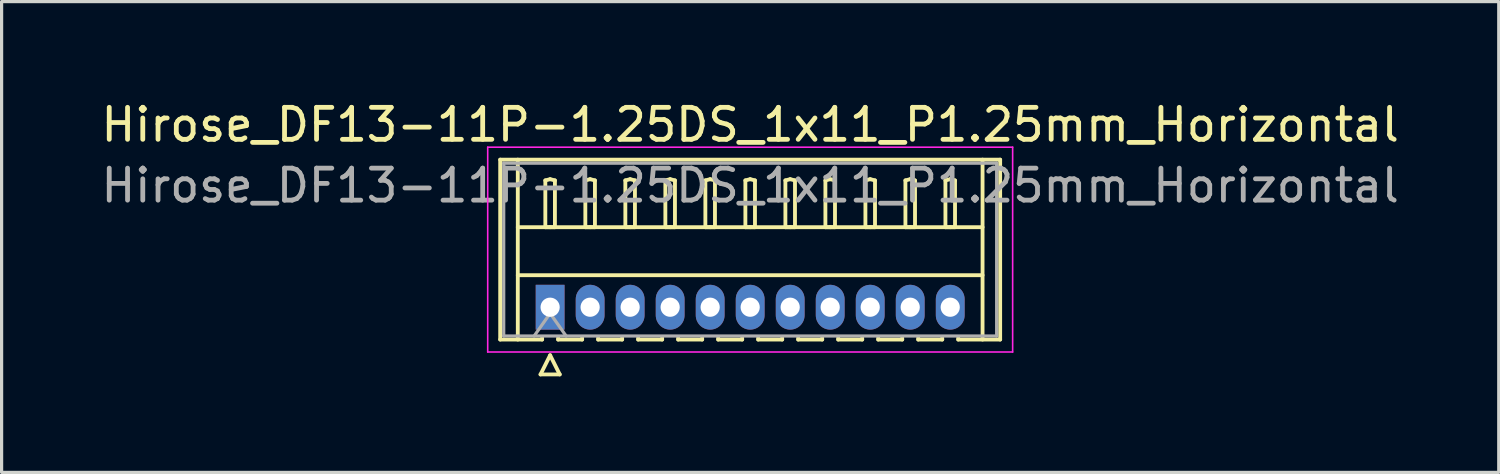
<source format=kicad_pcb>
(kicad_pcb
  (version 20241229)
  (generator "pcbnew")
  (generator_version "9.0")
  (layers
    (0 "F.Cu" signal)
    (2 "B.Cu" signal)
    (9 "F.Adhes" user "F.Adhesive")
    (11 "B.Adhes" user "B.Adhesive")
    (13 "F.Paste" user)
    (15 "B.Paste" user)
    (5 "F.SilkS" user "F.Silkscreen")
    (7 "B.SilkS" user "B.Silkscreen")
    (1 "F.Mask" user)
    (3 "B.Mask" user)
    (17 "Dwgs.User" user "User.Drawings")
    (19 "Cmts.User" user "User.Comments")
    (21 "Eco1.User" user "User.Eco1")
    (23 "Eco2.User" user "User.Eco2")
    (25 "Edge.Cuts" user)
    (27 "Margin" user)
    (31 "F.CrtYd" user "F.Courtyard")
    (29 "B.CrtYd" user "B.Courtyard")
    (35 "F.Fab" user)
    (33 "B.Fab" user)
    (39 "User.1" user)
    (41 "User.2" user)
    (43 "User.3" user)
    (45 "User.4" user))
  (footprint "Hirose_DF13-11P-1.25DS_1x11_P1.25mm_Horizontal"
    (layer "F.Cu")
    (at 14.137 6.548)
    (property "Reference" "Hirose_DF13-11P-1.25DS_1x11_P1.25mm_Horizontal" (at 6.25 -5.7 0) (layer "F.SilkS") (effects (font (size 1 1) (thickness 0.15))))
    (attr through_hole)
    (fp_line (start -1.56 -4.61) (end 14.06 -4.61) (stroke (width 0.12) (type solid)) (layer "F.SilkS"))
    (fp_line (start -1.56 1.01) (end -1.56 -4.61) (stroke (width 0.12) (type solid)) (layer "F.SilkS"))
    (fp_line (start -1.01 -4.61) (end -1.01 1.01) (stroke (width 0.12) (type solid)) (layer "F.SilkS"))
    (fp_line (start -1.01 -2.5) (end 13.51 -2.5) (stroke (width 0.12) (type solid)) (layer "F.SilkS"))
    (fp_line (start -1.01 -1) (end 13.51 -1) (stroke (width 0.12) (type solid)) (layer "F.SilkS"))
    (fp_line (start -0.3 2.1) (end 0.3 2.1) (stroke (width 0.12) (type solid)) (layer "F.SilkS"))
    (fp_line (start -0.25 0.96) (end -0.25 1.01) (stroke (width 0.12) (type solid)) (layer "F.SilkS"))
    (fp_line (start -0.25 1.01) (end -1.56 1.01) (stroke (width 0.12) (type solid)) (layer "F.SilkS"))
    (fp_line (start -0.15 -3.962) (end 0 -4) (stroke (width 0.12) (type solid)) (layer "F.SilkS"))
    (fp_line (start -0.15 -2.5) (end -0.15 -3.962) (stroke (width 0.12) (type solid)) (layer "F.SilkS"))
    (fp_line (start 0 -4) (end 0.15 -3.962) (stroke (width 0.12) (type solid)) (layer "F.SilkS"))
    (fp_line (start 0 -2.5) (end -0.15 -2.5) (stroke (width 0.12) (type solid)) (layer "F.SilkS"))
    (fp_line (start 0 1.5) (end -0.3 2.1) (stroke (width 0.12) (type solid)) (layer "F.SilkS"))
    (fp_line (start 0.15 -3.962) (end 0.15 -2.5) (stroke (width 0.12) (type solid)) (layer "F.SilkS"))
    (fp_line (start 0.15 -2.5) (end 0 -2.5) (stroke (width 0.12) (type solid)) (layer "F.SilkS"))
    (fp_line (start 0.25 0.96) (end 0.25 1.01) (stroke (width 0.12) (type solid)) (layer "F.SilkS"))
    (fp_line (start 0.25 1.01) (end 1 1.01) (stroke (width 0.12) (type solid)) (layer "F.SilkS"))
    (fp_line (start 0.3 2.1) (end 0 1.5) (stroke (width 0.12) (type solid)) (layer "F.SilkS"))
    (fp_line (start 1 1.01) (end 1 0.96) (stroke (width 0.12) (type solid)) (layer "F.SilkS"))
    (fp_line (start 1.1 -3.962) (end 1.25 -4) (stroke (width 0.12) (type solid)) (layer "F.SilkS"))
    (fp_line (start 1.1 -2.5) (end 1.1 -3.962) (stroke (width 0.12) (type solid)) (layer "F.SilkS"))
    (fp_line (start 1.25 -4) (end 1.4 -3.962) (stroke (width 0.12) (type solid)) (layer "F.SilkS"))
    (fp_line (start 1.25 -2.5) (end 1.1 -2.5) (stroke (width 0.12) (type solid)) (layer "F.SilkS"))
    (fp_line (start 1.4 -3.962) (end 1.4 -2.5) (stroke (width 0.12) (type solid)) (layer "F.SilkS"))
    (fp_line (start 1.4 -2.5) (end 1.25 -2.5) (stroke (width 0.12) (type solid)) (layer "F.SilkS"))
    (fp_line (start 1.5 0.96) (end 1.5 1.01) (stroke (width 0.12) (type solid)) (layer "F.SilkS"))
    (fp_line (start 1.5 1.01) (end 2.25 1.01) (stroke (width 0.12) (type solid)) (layer "F.SilkS"))
    (fp_line (start 2.25 1.01) (end 2.25 0.96) (stroke (width 0.12) (type solid)) (layer "F.SilkS"))
    (fp_line (start 2.35 -3.962) (end 2.5 -4) (stroke (width 0.12) (type solid)) (layer "F.SilkS"))
    (fp_line (start 2.35 -2.5) (end 2.35 -3.962) (stroke (width 0.12) (type solid)) (layer "F.SilkS"))
    (fp_line (start 2.5 -4) (end 2.65 -3.962) (stroke (width 0.12) (type solid)) (layer "F.SilkS"))
    (fp_line (start 2.5 -2.5) (end 2.35 -2.5) (stroke (width 0.12) (type solid)) (layer "F.SilkS"))
    (fp_line (start 2.65 -3.962) (end 2.65 -2.5) (stroke (width 0.12) (type solid)) (layer "F.SilkS"))
    (fp_line (start 2.65 -2.5) (end 2.5 -2.5) (stroke (width 0.12) (type solid)) (layer "F.SilkS"))
    (fp_line (start 2.75 0.96) (end 2.75 1.01) (stroke (width 0.12) (type solid)) (layer "F.SilkS"))
    (fp_line (start 2.75 1.01) (end 3.5 1.01) (stroke (width 0.12) (type solid)) (layer "F.SilkS"))
    (fp_line (start 3.5 1.01) (end 3.5 0.96) (stroke (width 0.12) (type solid)) (layer "F.SilkS"))
    (fp_line (start 3.6 -3.962) (end 3.75 -4) (stroke (width 0.12) (type solid)) (layer "F.SilkS"))
    (fp_line (start 3.6 -2.5) (end 3.6 -3.962) (stroke (width 0.12) (type solid)) (layer "F.SilkS"))
    (fp_line (start 3.75 -4) (end 3.9 -3.962) (stroke (width 0.12) (type solid)) (layer "F.SilkS"))
    (fp_line (start 3.75 -2.5) (end 3.6 -2.5) (stroke (width 0.12) (type solid)) (layer "F.SilkS"))
    (fp_line (start 3.9 -3.962) (end 3.9 -2.5) (stroke (width 0.12) (type solid)) (layer "F.SilkS"))
    (fp_line (start 3.9 -2.5) (end 3.75 -2.5) (stroke (width 0.12) (type solid)) (layer "F.SilkS"))
    (fp_line (start 4 0.96) (end 4 1.01) (stroke (width 0.12) (type solid)) (layer "F.SilkS"))
    (fp_line (start 4 1.01) (end 4.75 1.01) (stroke (width 0.12) (type solid)) (layer "F.SilkS"))
    (fp_line (start 4.75 1.01) (end 4.75 0.96) (stroke (width 0.12) (type solid)) (layer "F.SilkS"))
    (fp_line (start 4.85 -3.962) (end 5 -4) (stroke (width 0.12) (type solid)) (layer "F.SilkS"))
    (fp_line (start 4.85 -2.5) (end 4.85 -3.962) (stroke (width 0.12) (type solid)) (layer "F.SilkS"))
    (fp_line (start 5 -4) (end 5.15 -3.962) (stroke (width 0.12) (type solid)) (layer "F.SilkS"))
    (fp_line (start 5 -2.5) (end 4.85 -2.5) (stroke (width 0.12) (type solid)) (layer "F.SilkS"))
    (fp_line (start 5.15 -3.962) (end 5.15 -2.5) (stroke (width 0.12) (type solid)) (layer "F.SilkS"))
    (fp_line (start 5.15 -2.5) (end 5 -2.5) (stroke (width 0.12) (type solid)) (layer "F.SilkS"))
    (fp_line (start 5.25 0.96) (end 5.25 1.01) (stroke (width 0.12) (type solid)) (layer "F.SilkS"))
    (fp_line (start 5.25 1.01) (end 6 1.01) (stroke (width 0.12) (type solid)) (layer "F.SilkS"))
    (fp_line (start 6 1.01) (end 6 0.96) (stroke (width 0.12) (type solid)) (layer "F.SilkS"))
    (fp_line (start 6.1 -3.962) (end 6.25 -4) (stroke (width 0.12) (type solid)) (layer "F.SilkS"))
    (fp_line (start 6.1 -2.5) (end 6.1 -3.962) (stroke (width 0.12) (type solid)) (layer "F.SilkS"))
    (fp_line (start 6.25 -4) (end 6.4 -3.962) (stroke (width 0.12) (type solid)) (layer "F.SilkS"))
    (fp_line (start 6.25 -2.5) (end 6.1 -2.5) (stroke (width 0.12) (type solid)) (layer "F.SilkS"))
    (fp_line (start 6.4 -3.962) (end 6.4 -2.5) (stroke (width 0.12) (type solid)) (layer "F.SilkS"))
    (fp_line (start 6.4 -2.5) (end 6.25 -2.5) (stroke (width 0.12) (type solid)) (layer "F.SilkS"))
    (fp_line (start 6.5 0.96) (end 6.5 1.01) (stroke (width 0.12) (type solid)) (layer "F.SilkS"))
    (fp_line (start 6.5 1.01) (end 7.25 1.01) (stroke (width 0.12) (type solid)) (layer "F.SilkS"))
    (fp_line (start 7.25 1.01) (end 7.25 0.96) (stroke (width 0.12) (type solid)) (layer "F.SilkS"))
    (fp_line (start 7.35 -3.962) (end 7.5 -4) (stroke (width 0.12) (type solid)) (layer "F.SilkS"))
    (fp_line (start 7.35 -2.5) (end 7.35 -3.962) (stroke (width 0.12) (type solid)) (layer "F.SilkS"))
    (fp_line (start 7.5 -4) (end 7.65 -3.962) (stroke (width 0.12) (type solid)) (layer "F.SilkS"))
    (fp_line (start 7.5 -2.5) (end 7.35 -2.5) (stroke (width 0.12) (type solid)) (layer "F.SilkS"))
    (fp_line (start 7.65 -3.962) (end 7.65 -2.5) (stroke (width 0.12) (type solid)) (layer "F.SilkS"))
    (fp_line (start 7.65 -2.5) (end 7.5 -2.5) (stroke (width 0.12) (type solid)) (layer "F.SilkS"))
    (fp_line (start 7.75 0.96) (end 7.75 1.01) (stroke (width 0.12) (type solid)) (layer "F.SilkS"))
    (fp_line (start 7.75 1.01) (end 8.5 1.01) (stroke (width 0.12) (type solid)) (layer "F.SilkS"))
    (fp_line (start 8.5 1.01) (end 8.5 0.96) (stroke (width 0.12) (type solid)) (layer "F.SilkS"))
    (fp_line (start 8.6 -3.962) (end 8.75 -4) (stroke (width 0.12) (type solid)) (layer "F.SilkS"))
    (fp_line (start 8.6 -2.5) (end 8.6 -3.962) (stroke (width 0.12) (type solid)) (layer "F.SilkS"))
    (fp_line (start 8.75 -4) (end 8.9 -3.962) (stroke (width 0.12) (type solid)) (layer "F.SilkS"))
    (fp_line (start 8.75 -2.5) (end 8.6 -2.5) (stroke (width 0.12) (type solid)) (layer "F.SilkS"))
    (fp_line (start 8.9 -3.962) (end 8.9 -2.5) (stroke (width 0.12) (type solid)) (layer "F.SilkS"))
    (fp_line (start 8.9 -2.5) (end 8.75 -2.5) (stroke (width 0.12) (type solid)) (layer "F.SilkS"))
    (fp_line (start 9 0.96) (end 9 1.01) (stroke (width 0.12) (type solid)) (layer "F.SilkS"))
    (fp_line (start 9 1.01) (end 9.75 1.01) (stroke (width 0.12) (type solid)) (layer "F.SilkS"))
    (fp_line (start 9.75 1.01) (end 9.75 0.96) (stroke (width 0.12) (type solid)) (layer "F.SilkS"))
    (fp_line (start 9.85 -3.962) (end 10 -4) (stroke (width 0.12) (type solid)) (layer "F.SilkS"))
    (fp_line (start 9.85 -2.5) (end 9.85 -3.962) (stroke (width 0.12) (type solid)) (layer "F.SilkS"))
    (fp_line (start 10 -4) (end 10.15 -3.962) (stroke (width 0.12) (type solid)) (layer "F.SilkS"))
    (fp_line (start 10 -2.5) (end 9.85 -2.5) (stroke (width 0.12) (type solid)) (layer "F.SilkS"))
    (fp_line (start 10.15 -3.962) (end 10.15 -2.5) (stroke (width 0.12) (type solid)) (layer "F.SilkS"))
    (fp_line (start 10.15 -2.5) (end 10 -2.5) (stroke (width 0.12) (type solid)) (layer "F.SilkS"))
    (fp_line (start 10.25 0.96) (end 10.25 1.01) (stroke (width 0.12) (type solid)) (layer "F.SilkS"))
    (fp_line (start 10.25 1.01) (end 11 1.01) (stroke (width 0.12) (type solid)) (layer "F.SilkS"))
    (fp_line (start 11 1.01) (end 11 0.96) (stroke (width 0.12) (type solid)) (layer "F.SilkS"))
    (fp_line (start 11.1 -3.962) (end 11.25 -4) (stroke (width 0.12) (type solid)) (layer "F.SilkS"))
    (fp_line (start 11.1 -2.5) (end 11.1 -3.962) (stroke (width 0.12) (type solid)) (layer "F.SilkS"))
    (fp_line (start 11.25 -4) (end 11.4 -3.962) (stroke (width 0.12) (type solid)) (layer "F.SilkS"))
    (fp_line (start 11.25 -2.5) (end 11.1 -2.5) (stroke (width 0.12) (type solid)) (layer "F.SilkS"))
    (fp_line (start 11.4 -3.962) (end 11.4 -2.5) (stroke (width 0.12) (type solid)) (layer "F.SilkS"))
    (fp_line (start 11.4 -2.5) (end 11.25 -2.5) (stroke (width 0.12) (type solid)) (layer "F.SilkS"))
    (fp_line (start 11.5 0.96) (end 11.5 1.01) (stroke (width 0.12) (type solid)) (layer "F.SilkS"))
    (fp_line (start 11.5 1.01) (end 12.25 1.01) (stroke (width 0.12) (type solid)) (layer "F.SilkS"))
    (fp_line (start 12.25 1.01) (end 12.25 0.96) (stroke (width 0.12) (type solid)) (layer "F.SilkS"))
    (fp_line (start 12.35 -3.962) (end 12.5 -4) (stroke (width 0.12) (type solid)) (layer "F.SilkS"))
    (fp_line (start 12.35 -2.5) (end 12.35 -3.962) (stroke (width 0.12) (type solid)) (layer "F.SilkS"))
    (fp_line (start 12.5 -4) (end 12.65 -3.962) (stroke (width 0.12) (type solid)) (layer "F.SilkS"))
    (fp_line (start 12.5 -2.5) (end 12.35 -2.5) (stroke (width 0.12) (type solid)) (layer "F.SilkS"))
    (fp_line (start 12.65 -3.962) (end 12.65 -2.5) (stroke (width 0.12) (type solid)) (layer "F.SilkS"))
    (fp_line (start 12.65 -2.5) (end 12.5 -2.5) (stroke (width 0.12) (type solid)) (layer "F.SilkS"))
    (fp_line (start 12.75 1.01) (end 12.75 0.96) (stroke (width 0.12) (type solid)) (layer "F.SilkS"))
    (fp_line (start 13.51 -4.61) (end 13.51 1.01) (stroke (width 0.12) (type solid)) (layer "F.SilkS"))
    (fp_line (start 14.06 -4.61) (end 14.06 1.01) (stroke (width 0.12) (type solid)) (layer "F.SilkS"))
    (fp_line (start 14.06 1.01) (end 12.75 1.01) (stroke (width 0.12) (type solid)) (layer "F.SilkS"))
    (fp_line (start -1.95 -5) (end -1.95 1.4) (stroke (width 0.05) (type solid)) (layer "F.CrtYd"))
    (fp_line (start -1.95 1.4) (end 14.45 1.4) (stroke (width 0.05) (type solid)) (layer "F.CrtYd"))
    (fp_line (start 14.45 -5) (end -1.95 -5) (stroke (width 0.05) (type solid)) (layer "F.CrtYd"))
    (fp_line (start 14.45 1.4) (end 14.45 -5) (stroke (width 0.05) (type solid)) (layer "F.CrtYd"))
    (fp_line (start -1.45 -4.5) (end -1.45 0.9) (stroke (width 0.1) (type solid)) (layer "F.Fab"))
    (fp_line (start -1.45 0.9) (end 13.95 0.9) (stroke (width 0.1) (type solid)) (layer "F.Fab"))
    (fp_line (start -0.5 0.9) (end 0 0.193) (stroke (width 0.1) (type solid)) (layer "F.Fab"))
    (fp_line (start 0 0.193) (end 0.5 0.9) (stroke (width 0.1) (type solid)) (layer "F.Fab"))
    (fp_line (start 13.95 -4.5) (end -1.45 -4.5) (stroke (width 0.1) (type solid)) (layer "F.Fab"))
    (fp_line (start 13.95 0.9) (end 13.95 -4.5) (stroke (width 0.1) (type solid)) (layer "F.Fab"))
    (fp_text user "${REFERENCE}" (at 6.25 -3.8 0) (layer "F.Fab") (effects (font (size 1 1) (thickness 0.15))))
    (pad "1" thru_hole rect (at 0 0) (size 0.9 1.4) (drill 0.6) (layers "*.Cu" "*.Mask"))
    (pad "2" thru_hole oval (at 1.25 0) (size 0.9 1.4) (drill 0.6) (layers "*.Cu" "*.Mask"))
    (pad "3" thru_hole oval (at 2.5 0) (size 0.9 1.4) (drill 0.6) (layers "*.Cu" "*.Mask"))
    (pad "4" thru_hole oval (at 3.75 0) (size 0.9 1.4) (drill 0.6) (layers "*.Cu" "*.Mask"))
    (pad "5" thru_hole oval (at 5 0) (size 0.9 1.4) (drill 0.6) (layers "*.Cu" "*.Mask"))
    (pad "6" thru_hole oval (at 6.25 0) (size 0.9 1.4) (drill 0.6) (layers "*.Cu" "*.Mask"))
    (pad "7" thru_hole oval (at 7.5 0) (size 0.9 1.4) (drill 0.6) (layers "*.Cu" "*.Mask"))
    (pad "8" thru_hole oval (at 8.75 0) (size 0.9 1.4) (drill 0.6) (layers "*.Cu" "*.Mask"))
    (pad "9" thru_hole oval (at 10 0) (size 0.9 1.4) (drill 0.6) (layers "*.Cu" "*.Mask"))
    (pad "10" thru_hole oval (at 11.25 0) (size 0.9 1.4) (drill 0.6) (layers "*.Cu" "*.Mask"))
    (pad "11" thru_hole oval (at 12.5 0) (size 0.9 1.4) (drill 0.6) (layers "*.Cu" "*.Mask")))
  (gr_rect
    (start -3 -3)
    (end 43.774 11.708)
    (stroke (width 0.1) (type default))
    (fill no)
    (layer "Edge.Cuts")))
</source>
